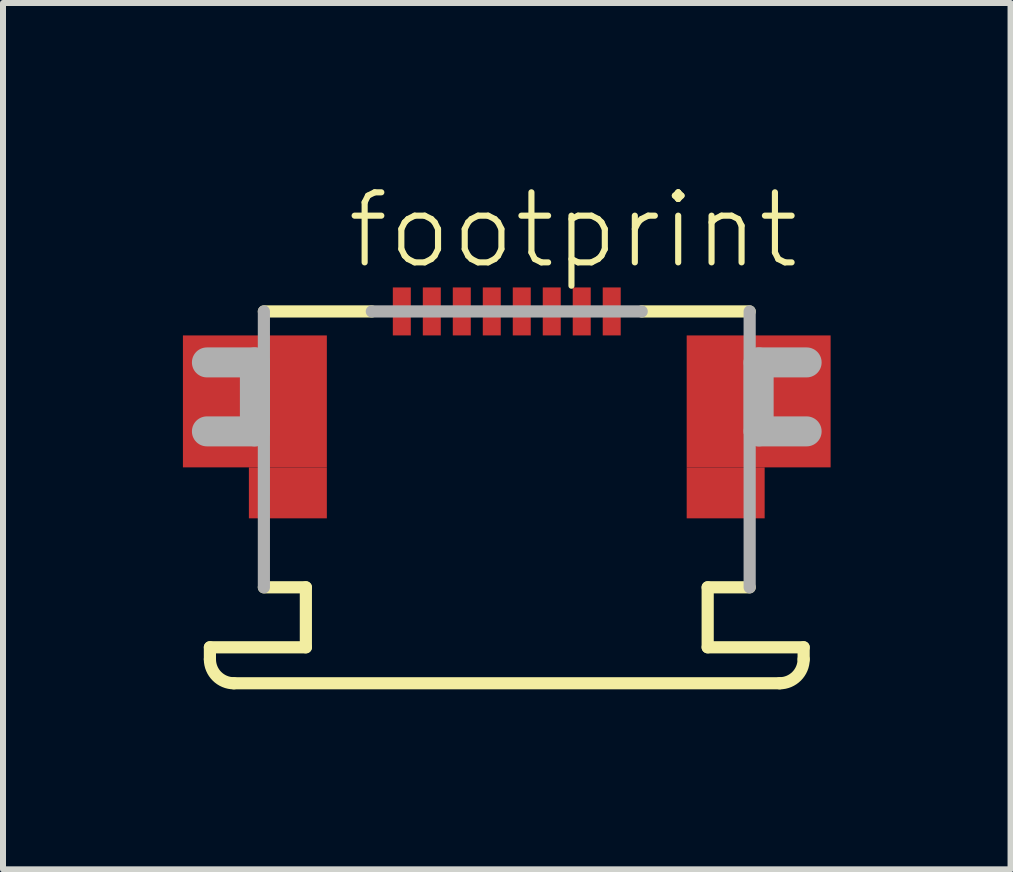
<source format=kicad_pcb>
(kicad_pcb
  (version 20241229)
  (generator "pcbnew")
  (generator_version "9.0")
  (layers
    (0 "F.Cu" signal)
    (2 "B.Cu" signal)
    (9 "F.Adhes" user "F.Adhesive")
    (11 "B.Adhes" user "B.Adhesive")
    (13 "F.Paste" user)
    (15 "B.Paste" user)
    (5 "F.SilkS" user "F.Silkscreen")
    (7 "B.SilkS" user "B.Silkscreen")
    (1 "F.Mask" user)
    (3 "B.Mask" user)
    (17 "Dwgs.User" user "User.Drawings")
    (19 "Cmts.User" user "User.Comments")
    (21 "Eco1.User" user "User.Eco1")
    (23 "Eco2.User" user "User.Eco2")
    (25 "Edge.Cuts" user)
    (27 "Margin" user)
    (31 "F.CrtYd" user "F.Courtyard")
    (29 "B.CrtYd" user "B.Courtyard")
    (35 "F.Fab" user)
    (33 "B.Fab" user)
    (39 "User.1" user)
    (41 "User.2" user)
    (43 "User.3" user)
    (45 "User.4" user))
  (footprint "footprint"
    (layer "F.Cu")
    (at 5.4 2.743)
    (property "Reference" "footprint" (at -2.715 -1.27 0) (layer "F.SilkS") (effects (font (size 1.168 1.168) (thickness 0.102)) (justify left bottom)))
    (fp_poly (pts (xy -5.4 2) (xy -3 2) (xy -3 -0.2) (xy -5.4 -0.2)) (stroke (width 0) (type solid)) (fill yes) (layer "F.Cu"))
    (fp_poly (pts (xy -4.3 2.85) (xy -3 2.85) (xy -3 2) (xy -4.3 2)) (stroke (width 0) (type solid)) (fill yes) (layer "F.Cu"))
    (fp_poly (pts (xy 3 2) (xy 5.4 2) (xy 5.4 -0.2) (xy 3 -0.2)) (stroke (width 0) (type solid)) (fill yes) (layer "F.Cu"))
    (fp_poly (pts (xy 3 2.85) (xy 4.3 2.85) (xy 4.3 2) (xy 3 2)) (stroke (width 0) (type solid)) (fill yes) (layer "F.Cu"))
    (fp_poly (pts (xy -5.4 2) (xy -3 2) (xy -3 -0.2) (xy -5.4 -0.2)) (stroke (width 0) (type solid)) (fill yes) (layer "F.Mask"))
    (fp_poly (pts (xy -4.3 2.85) (xy -3 2.85) (xy -3 2) (xy -4.3 2)) (stroke (width 0) (type solid)) (fill yes) (layer "F.Mask"))
    (fp_poly (pts (xy -1.925 -0.175) (xy -1.575 -0.175) (xy -1.575 -1.025) (xy -1.925 -1.025)) (stroke (width 0) (type solid)) (fill yes) (layer "F.Mask"))
    (fp_poly (pts (xy -1.425 -0.175) (xy -1.075 -0.175) (xy -1.075 -1.025) (xy -1.425 -1.025)) (stroke (width 0) (type solid)) (fill yes) (layer "F.Mask"))
    (fp_poly (pts (xy -0.925 -0.175) (xy -0.575 -0.175) (xy -0.575 -1.025) (xy -0.925 -1.025)) (stroke (width 0) (type solid)) (fill yes) (layer "F.Mask"))
    (fp_poly (pts (xy -0.425 -0.175) (xy -0.075 -0.175) (xy -0.075 -1.025) (xy -0.425 -1.025)) (stroke (width 0) (type solid)) (fill yes) (layer "F.Mask"))
    (fp_poly (pts (xy 0.075 -0.175) (xy 0.425 -0.175) (xy 0.425 -1.025) (xy 0.075 -1.025)) (stroke (width 0) (type solid)) (fill yes) (layer "F.Mask"))
    (fp_poly (pts (xy 0.575 -0.175) (xy 0.925 -0.175) (xy 0.925 -1.025) (xy 0.575 -1.025)) (stroke (width 0) (type solid)) (fill yes) (layer "F.Mask"))
    (fp_poly (pts (xy 1.075 -0.175) (xy 1.425 -0.175) (xy 1.425 -1.025) (xy 1.075 -1.025)) (stroke (width 0) (type solid)) (fill yes) (layer "F.Mask"))
    (fp_poly (pts (xy 1.575 -0.175) (xy 1.925 -0.175) (xy 1.925 -1.025) (xy 1.575 -1.025)) (stroke (width 0) (type solid)) (fill yes) (layer "F.Mask"))
    (fp_poly (pts (xy 3 2) (xy 5.4 2) (xy 5.4 -0.2) (xy 3 -0.2)) (stroke (width 0) (type solid)) (fill yes) (layer "F.Mask"))
    (fp_poly (pts (xy 3 2.85) (xy 4.3 2.85) (xy 4.3 2) (xy 3 2)) (stroke (width 0) (type solid)) (fill yes) (layer "F.Mask"))
    (fp_line (start -4.95 5) (end -3.35 5) (stroke (width 0.203) (type solid)) (layer "F.SilkS"))
    (fp_line (start -4.95 5.2) (end -4.95 5) (stroke (width 0.203) (type solid)) (layer "F.SilkS"))
    (fp_line (start -4.05 -0.6) (end -2.25 -0.6) (stroke (width 0.203) (type solid)) (layer "F.SilkS"))
    (fp_line (start -3.35 4) (end -4.05 4) (stroke (width 0.203) (type solid)) (layer "F.SilkS"))
    (fp_line (start -3.35 5) (end -3.35 4) (stroke (width 0.203) (type solid)) (layer "F.SilkS"))
    (fp_line (start 2.25 -0.6) (end 4.05 -0.6) (stroke (width 0.203) (type solid)) (layer "F.SilkS"))
    (fp_line (start 3.35 4) (end 3.35 5) (stroke (width 0.203) (type solid)) (layer "F.SilkS"))
    (fp_line (start 3.35 5) (end 4.95 5) (stroke (width 0.203) (type solid)) (layer "F.SilkS"))
    (fp_line (start 4.05 4) (end 3.35 4) (stroke (width 0.203) (type solid)) (layer "F.SilkS"))
    (fp_line (start 4.55 5.6) (end -4.55 5.6) (stroke (width 0.203) (type solid)) (layer "F.SilkS"))
    (fp_line (start 4.95 5) (end 4.95 5.2) (stroke (width 0.203) (type solid)) (layer "F.SilkS"))
    (fp_arc (start -4.55 5.6) (mid -4.832843 5.482843) (end -4.95 5.2) (stroke (width 0.2032) (type solid)) (layer "F.SilkS"))
    (fp_arc (start 4.95 5.2) (mid 4.832843 5.482843) (end 4.55 5.6) (stroke (width 0.2032) (type solid)) (layer "F.SilkS"))
    (fp_poly (pts (xy -5.275 1.9) (xy -3.1 1.9) (xy -3.1 -0.075) (xy -5.275 -0.075)) (stroke (width 0) (type solid)) (fill yes) (layer "F.Paste"))
    (fp_poly (pts (xy -4.2 2.75) (xy -3.1 2.75) (xy -3.1 1.9) (xy -4.2 1.9)) (stroke (width 0) (type solid)) (fill yes) (layer "F.Paste"))
    (fp_poly (pts (xy 3.1 1.9) (xy 5.275 1.9) (xy 5.275 -0.075) (xy 3.1 -0.075)) (stroke (width 0) (type solid)) (fill yes) (layer "F.Paste"))
    (fp_poly (pts (xy 3.1 2.75) (xy 4.2 2.75) (xy 4.2 1.9) (xy 3.1 1.9)) (stroke (width 0) (type solid)) (fill yes) (layer "F.Paste"))
    (fp_line (start -5 0.25) (end -4.2 0.25) (stroke (width 0.5) (type solid)) (layer "F.Fab"))
    (fp_line (start -4.2 0.25) (end -4.2 1.4) (stroke (width 0.5) (type solid)) (layer "F.Fab"))
    (fp_line (start -4.2 1.4) (end -5 1.4) (stroke (width 0.5) (type solid)) (layer "F.Fab"))
    (fp_line (start -4.05 4) (end -4.05 -0.6) (stroke (width 0.203) (type solid)) (layer "F.Fab"))
    (fp_line (start -2.25 -0.6) (end 2.25 -0.6) (stroke (width 0.203) (type solid)) (layer "F.Fab"))
    (fp_line (start 4.05 -0.6) (end 4.05 4) (stroke (width 0.203) (type solid)) (layer "F.Fab"))
    (fp_line (start 4.2 0.25) (end 5 0.25) (stroke (width 0.5) (type solid)) (layer "F.Fab"))
    (fp_line (start 4.2 1.4) (end 4.2 0.25) (stroke (width 0.5) (type solid)) (layer "F.Fab"))
    (fp_line (start 5 1.4) (end 4.2 1.4) (stroke (width 0.5) (type solid)) (layer "F.Fab"))
    (pad "1" smd rect (at -1.75 -0.6) (size 0.3 0.8) (layers "F.Cu" "F.Paste"))
    (pad "2" smd rect (at -1.25 -0.6) (size 0.3 0.8) (layers "F.Cu" "F.Paste"))
    (pad "3" smd rect (at -0.75 -0.6) (size 0.3 0.8) (layers "F.Cu" "F.Paste"))
    (pad "4" smd rect (at -0.25 -0.6) (size 0.3 0.8) (layers "F.Cu" "F.Paste"))
    (pad "5" smd rect (at 0.25 -0.6) (size 0.3 0.8) (layers "F.Cu" "F.Paste"))
    (pad "6" smd rect (at 0.75 -0.6) (size 0.3 0.8) (layers "F.Cu" "F.Paste"))
    (pad "7" smd rect (at 1.25 -0.6) (size 0.3 0.8) (layers "F.Cu" "F.Paste"))
    (pad "8" smd rect (at 1.75 -0.6) (size 0.3 0.8) (layers "F.Cu" "F.Paste")))
  (gr_rect
    (start -3 -3)
    (end 13.8 11.445)
    (stroke (width 0.1) (type default))
    (fill no)
    (layer "Edge.Cuts")))
</source>
